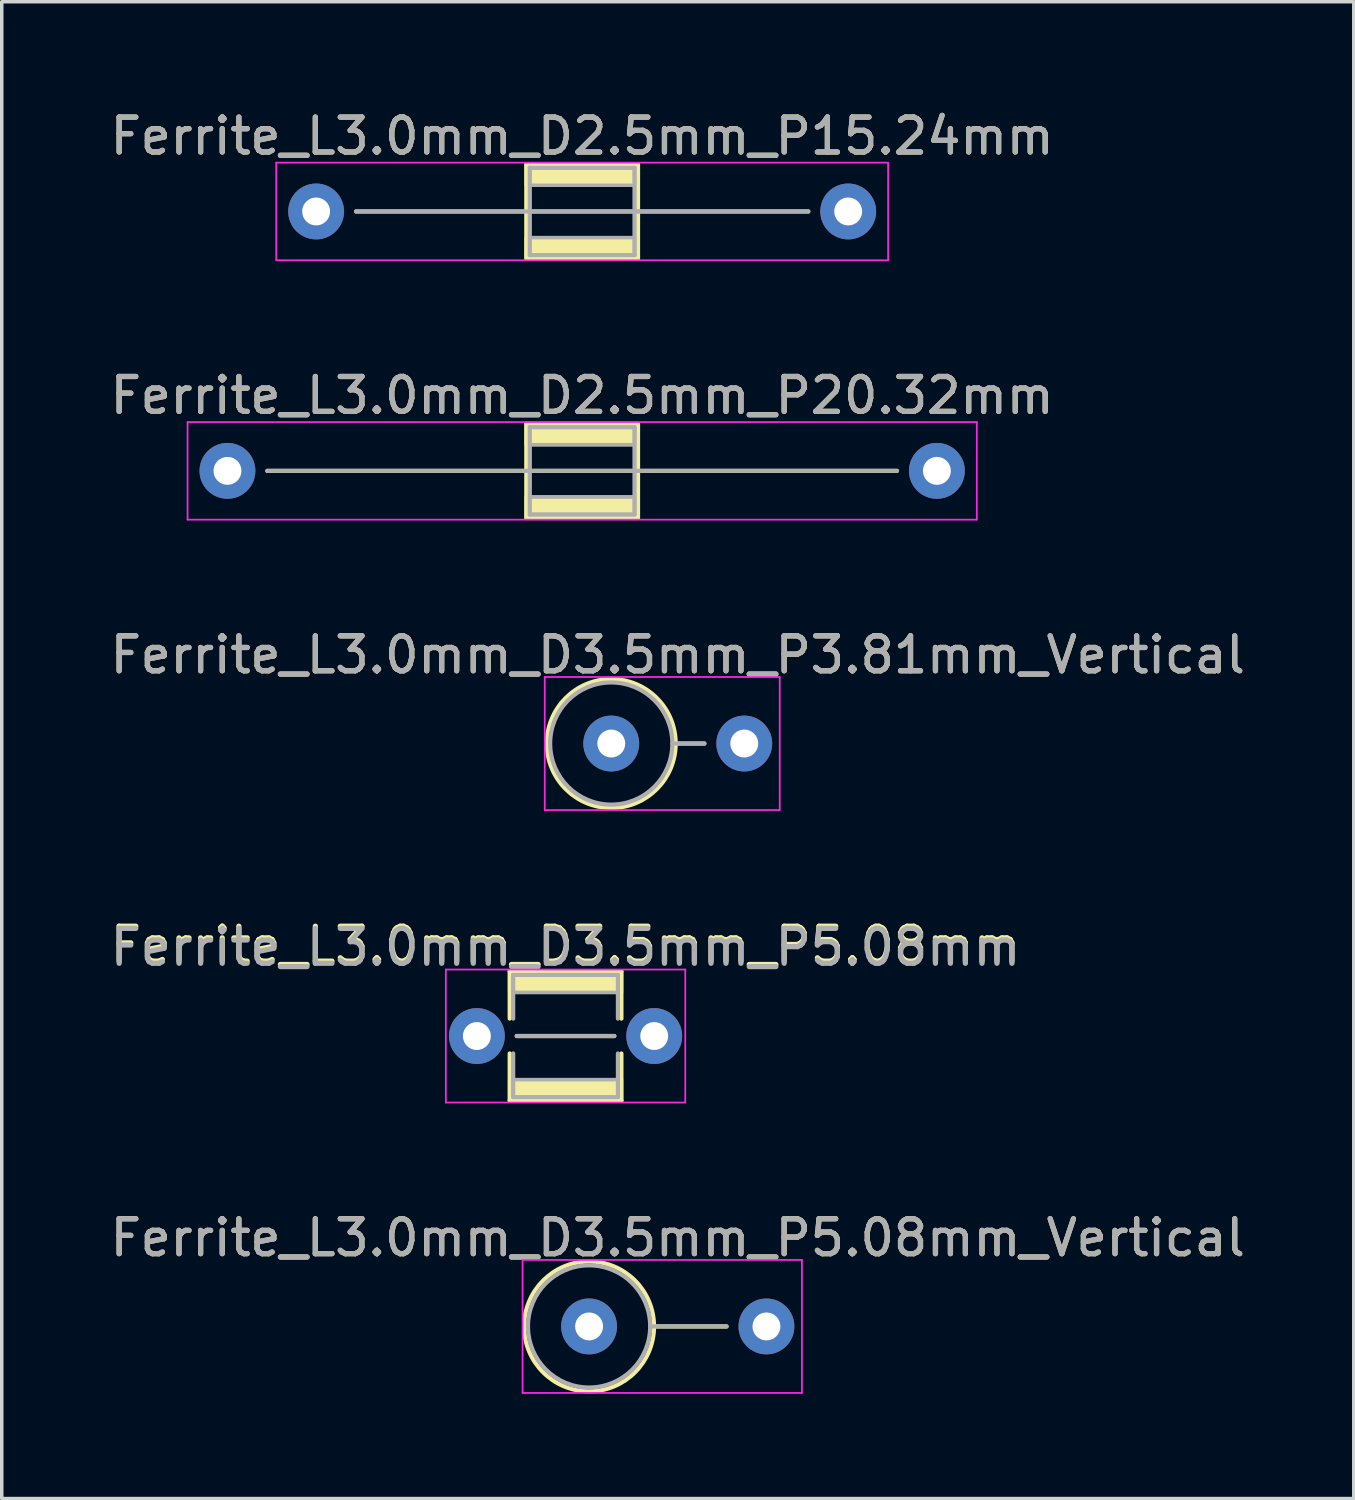
<source format=kicad_pcb>
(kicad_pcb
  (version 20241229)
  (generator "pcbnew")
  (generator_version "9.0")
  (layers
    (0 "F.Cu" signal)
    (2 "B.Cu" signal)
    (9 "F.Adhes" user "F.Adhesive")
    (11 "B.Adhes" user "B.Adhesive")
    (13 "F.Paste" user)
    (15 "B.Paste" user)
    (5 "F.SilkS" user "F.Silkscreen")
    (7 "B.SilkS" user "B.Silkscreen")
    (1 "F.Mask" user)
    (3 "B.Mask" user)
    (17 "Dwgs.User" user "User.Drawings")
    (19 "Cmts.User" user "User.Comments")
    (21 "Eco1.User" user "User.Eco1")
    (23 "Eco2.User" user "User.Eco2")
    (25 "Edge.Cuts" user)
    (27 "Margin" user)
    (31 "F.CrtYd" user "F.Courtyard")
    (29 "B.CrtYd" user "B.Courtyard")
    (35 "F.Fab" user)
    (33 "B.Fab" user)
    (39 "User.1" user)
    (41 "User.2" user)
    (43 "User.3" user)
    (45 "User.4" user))
  (footprint "Ferrite_L3.0mm_D3.5mm_P3.81mm_Vertical"
    (layer "F.Cu")
    (at 14.458 18.247)
    (property "Reference" "Ferrite_L3.0mm_D3.5mm_P3.81mm_Vertical" (at 1.905 -2.54 0) (layer "F.SilkS") (effects (font (size 1 1) (thickness 0.15))))
    (fp_line (start 1.845 0) (end 2.667 0) (stroke (width 0.12) (type solid)) (layer "F.SilkS"))
    (fp_circle (center 0 0) (end -1.845 0) (stroke (width 0.12) (type solid)) (fill no) (layer "F.SilkS"))
    (fp_line (start -1.905 -1.905) (end 4.826 -1.905) (stroke (width 0.05) (type solid)) (layer "F.CrtYd"))
    (fp_line (start -1.905 1.905) (end -1.905 -1.905) (stroke (width 0.05) (type solid)) (layer "F.CrtYd"))
    (fp_line (start 4.826 -1.905) (end 4.826 1.905) (stroke (width 0.05) (type solid)) (layer "F.CrtYd"))
    (fp_line (start 4.826 1.905) (end -1.905 1.905) (stroke (width 0.05) (type solid)) (layer "F.CrtYd"))
    (fp_line (start 1.75 0) (end 2.667 0) (stroke (width 0.12) (type solid)) (layer "F.Fab"))
    (fp_circle (center 0 0) (end -1.75 0) (stroke (width 0.12) (type solid)) (fill no) (layer "F.Fab"))
    (fp_text user "${REFERENCE}" (at 1.905 -2.539 0) (layer "F.Fab") (effects (font (size 1 1) (thickness 0.15))))
    (pad "1" thru_hole circle (at 0 0) (size 1.6 1.6) (drill 0.8) (layers "*.Cu" "*.Mask"))
    (pad "2" thru_hole circle (at 3.81 0) (size 1.6 1.6) (drill 0.8) (layers "*.Cu" "*.Mask")))
  (footprint "Ferrite_L3.0mm_D3.5mm_P5.08mm"
    (layer "F.Cu")
    (at 10.609 26.625)
    (property "Reference" "Ferrite_L3.0mm_D3.5mm_P5.08mm" (at 2.54 -2.6 0) (layer "F.SilkS") (effects (font (size 1 1) (thickness 0.15))))
    (fp_line (start 0.94 -1.85) (end 0.94 -0.5) (stroke (width 0.12) (type solid)) (layer "F.SilkS"))
    (fp_line (start 0.94 0.5) (end 0.94 1.85) (stroke (width 0.12) (type solid)) (layer "F.SilkS"))
    (fp_line (start 0.94 1.85) (end 4.14 1.85) (stroke (width 0.12) (type solid)) (layer "F.SilkS"))
    (fp_line (start 3.937 0) (end 1.143 0) (stroke (width 0.12) (type solid)) (layer "F.SilkS"))
    (fp_line (start 4.14 -1.85) (end 0.94 -1.85) (stroke (width 0.12) (type solid)) (layer "F.SilkS"))
    (fp_line (start 4.14 -1.85) (end 4.14 -0.5) (stroke (width 0.12) (type solid)) (layer "F.SilkS"))
    (fp_line (start 4.14 1.85) (end 4.14 0.5) (stroke (width 0.12) (type solid)) (layer "F.SilkS"))
    (fp_poly (pts (xy 4.14 -1.25) (xy 0.94 -1.25) (xy 0.94 -1.85) (xy 4.14 -1.85)) (stroke (width 0.1) (type solid)) (fill yes) (layer "F.SilkS"))
    (fp_poly (pts (xy 4.14 1.85) (xy 0.94 1.85) (xy 0.94 1.25) (xy 4.14 1.25)) (stroke (width 0.1) (type solid)) (fill yes) (layer "F.SilkS"))
    (fp_line (start -0.889 -1.905) (end 5.969 -1.905) (stroke (width 0.05) (type solid)) (layer "F.CrtYd"))
    (fp_line (start -0.889 1.905) (end -0.889 -1.905) (stroke (width 0.05) (type solid)) (layer "F.CrtYd"))
    (fp_line (start 5.969 -1.905) (end 5.969 1.905) (stroke (width 0.05) (type solid)) (layer "F.CrtYd"))
    (fp_line (start 5.969 1.905) (end -0.889 1.905) (stroke (width 0.05) (type solid)) (layer "F.CrtYd"))
    (fp_line (start 1.04 -1.75) (end 1.04 -0.5) (stroke (width 0.12) (type solid)) (layer "F.Fab"))
    (fp_line (start 1.04 0.5) (end 1.04 1.75) (stroke (width 0.12) (type solid)) (layer "F.Fab"))
    (fp_line (start 1.04 1.75) (end 4.04 1.75) (stroke (width 0.12) (type solid)) (layer "F.Fab"))
    (fp_line (start 3.937 0) (end 1.143 0) (stroke (width 0.12) (type solid)) (layer "F.Fab"))
    (fp_line (start 4.04 -1.75) (end 1.04 -1.75) (stroke (width 0.12) (type solid)) (layer "F.Fab"))
    (fp_line (start 4.04 -1.75) (end 4.04 -0.5) (stroke (width 0.12) (type solid)) (layer "F.Fab"))
    (fp_line (start 4.04 1.75) (end 4.04 0.5) (stroke (width 0.12) (type solid)) (layer "F.Fab"))
    (fp_poly (pts (xy 4.04 -1.25) (xy 1.04 -1.25) (xy 1.04 -1.75) (xy 4.04 -1.75)) (stroke (width 0.1) (type solid)) (fill no) (layer "F.Fab"))
    (fp_poly (pts (xy 4.04 1.75) (xy 1.04 1.75) (xy 1.04 1.25) (xy 4.04 1.25)) (stroke (width 0.1) (type solid)) (fill no) (layer "F.Fab"))
    (fp_text user "${REFERENCE}" (at 2.54 -2.539 0) (layer "F.Fab") (effects (font (size 1 1) (thickness 0.15))))
    (pad "1" thru_hole circle (at 0 0) (size 1.6 1.6) (drill 0.8) (layers "*.Cu" "*.Mask"))
    (pad "2" thru_hole circle (at 5.08 0) (size 1.6 1.6) (drill 0.8) (layers "*.Cu" "*.Mask")))
  (footprint "Ferrite_L3.0mm_D2.5mm_P20.32mm"
    (layer "F.Cu")
    (at 3.465 10.437)
    (property "Reference" "Ferrite_L3.0mm_D2.5mm_P20.32mm" (at 10.16 -2.159 0) (layer "F.SilkS") (effects (font (size 1 1) (thickness 0.15))))
    (fp_line (start 11.774 0.000002) (end 1.143 0) (stroke (width 0.12) (type solid)) (layer "F.SilkS"))
    (fp_line (start 11.774 0.000002) (end 19.177 0) (stroke (width 0.12) (type solid)) (layer "F.SilkS"))
    (fp_rect (start 8.56 -1.35) (end 11.76 1.35) (stroke (width 0.12) (type solid)) (fill no) (layer "F.SilkS"))
    (fp_poly (pts (xy 11.76 -0.75) (xy 8.56 -0.75) (xy 8.56 -1.35) (xy 11.76 -1.35)) (stroke (width 0.1) (type solid)) (fill yes) (layer "F.SilkS"))
    (fp_poly (pts (xy 11.76 1.35) (xy 8.56 1.35) (xy 8.56 0.75) (xy 11.76 0.75)) (stroke (width 0.1) (type solid)) (fill yes) (layer "F.SilkS"))
    (fp_line (start -1.143 -1.397) (end 21.463 -1.397) (stroke (width 0.05) (type solid)) (layer "F.CrtYd"))
    (fp_line (start -1.143 1.397) (end -1.143 -1.397) (stroke (width 0.05) (type solid)) (layer "F.CrtYd"))
    (fp_line (start 21.463 -1.397) (end 21.463 1.397) (stroke (width 0.05) (type solid)) (layer "F.CrtYd"))
    (fp_line (start 21.463 1.397) (end -1.143 1.397) (stroke (width 0.05) (type solid)) (layer "F.CrtYd"))
    (fp_line (start 8.66 -1.25) (end 8.66 0) (stroke (width 0.12) (type solid)) (layer "F.Fab"))
    (fp_line (start 8.66 0) (end 8.66 1.25) (stroke (width 0.12) (type solid)) (layer "F.Fab"))
    (fp_line (start 8.66 1.25) (end 11.66 1.25) (stroke (width 0.12) (type solid)) (layer "F.Fab"))
    (fp_line (start 11.66 -1.25) (end 8.66 -1.25) (stroke (width 0.12) (type solid)) (layer "F.Fab"))
    (fp_line (start 11.66 1.25) (end 11.66 -1.25) (stroke (width 0.12) (type solid)) (layer "F.Fab"))
    (fp_line (start 11.774 0.000002) (end 1.143 0) (stroke (width 0.12) (type solid)) (layer "F.Fab"))
    (fp_line (start 11.774 0.000002) (end 19.177 0) (stroke (width 0.12) (type solid)) (layer "F.Fab"))
    (fp_poly (pts (xy 11.66 -0.75) (xy 8.66 -0.75) (xy 8.66 -1.25) (xy 11.66 -1.25)) (stroke (width 0.1) (type solid)) (fill no) (layer "F.Fab"))
    (fp_poly (pts (xy 11.66 1.25) (xy 8.66 1.25) (xy 8.66 0.75) (xy 11.66 0.75)) (stroke (width 0.1) (type solid)) (fill no) (layer "F.Fab"))
    (fp_text user "${REFERENCE}" (at 10.16 -2.158 0) (layer "F.Fab") (effects (font (size 1 1) (thickness 0.15))))
    (pad "1" thru_hole circle (at 0 0) (size 1.6 1.6) (drill 0.8) (layers "*.Cu" "*.Mask"))
    (pad "2" thru_hole circle (at 20.32 0) (size 1.6 1.6) (drill 0.8) (layers "*.Cu" "*.Mask")))
  (footprint "Ferrite_L3.0mm_D3.5mm_P5.08mm_Vertical"
    (layer "F.Cu")
    (at 13.823 34.943)
    (property "Reference" "Ferrite_L3.0mm_D3.5mm_P5.08mm_Vertical" (at 2.54 -2.54 0) (layer "F.SilkS") (effects (font (size 1 1) (thickness 0.15))))
    (fp_line (start 1.86 0) (end 3.937 0) (stroke (width 0.12) (type solid)) (layer "F.SilkS"))
    (fp_circle (center 0 0) (end -1.86 0) (stroke (width 0.12) (type solid)) (fill no) (layer "F.SilkS"))
    (fp_line (start -1.905 -1.905) (end 6.096 -1.905) (stroke (width 0.05) (type solid)) (layer "F.CrtYd"))
    (fp_line (start -1.905 1.905) (end -1.905 -1.905) (stroke (width 0.05) (type solid)) (layer "F.CrtYd"))
    (fp_line (start 6.096 -1.905) (end 6.096 1.905) (stroke (width 0.05) (type solid)) (layer "F.CrtYd"))
    (fp_line (start 6.096 1.905) (end -1.905 1.905) (stroke (width 0.05) (type solid)) (layer "F.CrtYd"))
    (fp_line (start 1.75 0) (end 3.937 0) (stroke (width 0.12) (type solid)) (layer "F.Fab"))
    (fp_circle (center 0 0) (end -1.75 0) (stroke (width 0.12) (type solid)) (fill no) (layer "F.Fab"))
    (fp_text user "${REFERENCE}" (at 2.54 -2.539 0) (layer "F.Fab") (effects (font (size 1 1) (thickness 0.15))))
    (pad "1" thru_hole circle (at 0 0) (size 1.6 1.6) (drill 0.8) (layers "*.Cu" "*.Mask"))
    (pad "2" thru_hole circle (at 5.08 0) (size 1.6 1.6) (drill 0.8) (layers "*.Cu" "*.Mask")))
  (footprint "Ferrite_L3.0mm_D2.5mm_P15.24mm"
    (layer "F.Cu")
    (at 6.005 3.007)
    (property "Reference" "Ferrite_L3.0mm_D2.5mm_P15.24mm" (at 7.62 -2.159 0) (layer "F.SilkS") (effects (font (size 1 1) (thickness 0.15))))
    (fp_line (start 9.234 0.000002) (end 1.143 0) (stroke (width 0.12) (type solid)) (layer "F.SilkS"))
    (fp_line (start 9.234 0.000002) (end 14.097 0) (stroke (width 0.12) (type solid)) (layer "F.SilkS"))
    (fp_rect (start 6.02 -1.35) (end 9.22 1.35) (stroke (width 0.12) (type solid)) (fill no) (layer "F.SilkS"))
    (fp_poly (pts (xy 9.22 -0.75) (xy 6.02 -0.75) (xy 6.02 -1.35) (xy 9.22 -1.35)) (stroke (width 0.1) (type solid)) (fill yes) (layer "F.SilkS"))
    (fp_poly (pts (xy 9.22 1.35) (xy 6.02 1.35) (xy 6.02 0.75) (xy 9.22 0.75)) (stroke (width 0.1) (type solid)) (fill yes) (layer "F.SilkS"))
    (fp_line (start -1.143 -1.397) (end 16.383 -1.397) (stroke (width 0.05) (type solid)) (layer "F.CrtYd"))
    (fp_line (start -1.143 1.397) (end -1.143 -1.397) (stroke (width 0.05) (type solid)) (layer "F.CrtYd"))
    (fp_line (start 16.383 -1.397) (end 16.383 1.397) (stroke (width 0.05) (type solid)) (layer "F.CrtYd"))
    (fp_line (start 16.383 1.397) (end -1.143 1.397) (stroke (width 0.05) (type solid)) (layer "F.CrtYd"))
    (fp_line (start 6.12 -1.25) (end 6.12 0) (stroke (width 0.12) (type solid)) (layer "F.Fab"))
    (fp_line (start 6.12 0) (end 6.12 1.25) (stroke (width 0.12) (type solid)) (layer "F.Fab"))
    (fp_line (start 6.12 1.25) (end 9.12 1.25) (stroke (width 0.12) (type solid)) (layer "F.Fab"))
    (fp_line (start 9.12 -1.25) (end 6.12 -1.25) (stroke (width 0.12) (type solid)) (layer "F.Fab"))
    (fp_line (start 9.12 1.25) (end 9.12 -1.25) (stroke (width 0.12) (type solid)) (layer "F.Fab"))
    (fp_line (start 9.234 0.000002) (end 1.143 0) (stroke (width 0.12) (type solid)) (layer "F.Fab"))
    (fp_line (start 9.234 0.000002) (end 14.097 0) (stroke (width 0.12) (type solid)) (layer "F.Fab"))
    (fp_poly (pts (xy 9.12 -0.75) (xy 6.12 -0.75) (xy 6.12 -1.25) (xy 9.12 -1.25)) (stroke (width 0.1) (type solid)) (fill no) (layer "F.Fab"))
    (fp_poly (pts (xy 9.12 1.25) (xy 6.12 1.25) (xy 6.12 0.75) (xy 9.12 0.75)) (stroke (width 0.1) (type solid)) (fill no) (layer "F.Fab"))
    (fp_text user "${REFERENCE}" (at 7.62 -2.158 0) (layer "F.Fab") (effects (font (size 1 1) (thickness 0.15))))
    (pad "1" thru_hole circle (at 0 0) (size 1.6 1.6) (drill 0.8) (layers "*.Cu" "*.Mask"))
    (pad "2" thru_hole circle (at 15.24 0) (size 1.6 1.6) (drill 0.8) (layers "*.Cu" "*.Mask")))
  (gr_rect
    (start -3 -3)
    (end 35.726 39.873)
    (stroke (width 0.1) (type default))
    (fill no)
    (layer "Edge.Cuts")))
</source>
